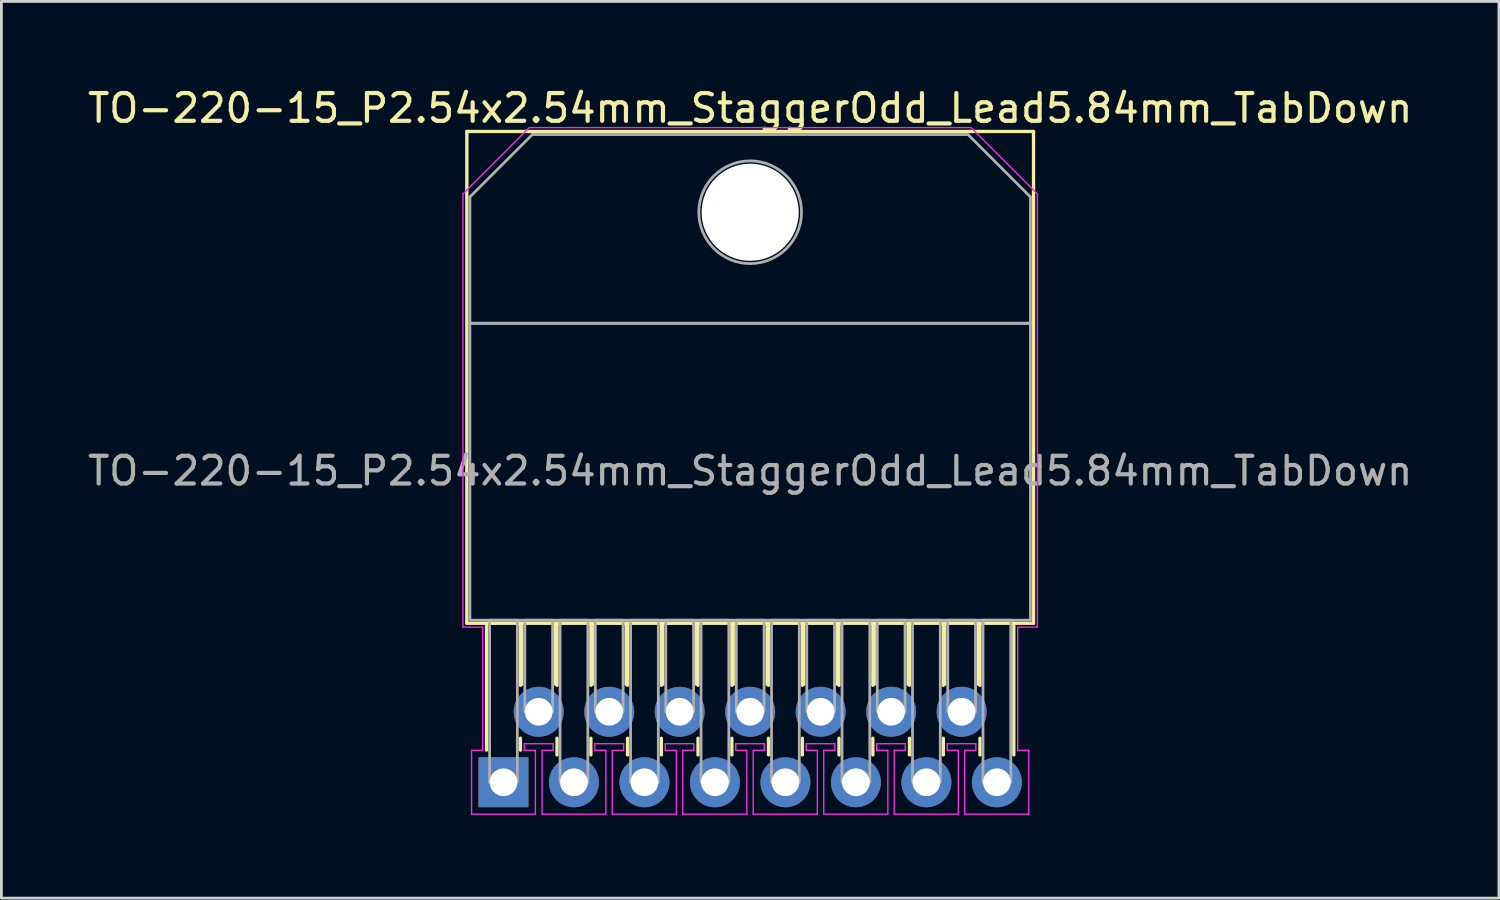
<source format=kicad_pcb>
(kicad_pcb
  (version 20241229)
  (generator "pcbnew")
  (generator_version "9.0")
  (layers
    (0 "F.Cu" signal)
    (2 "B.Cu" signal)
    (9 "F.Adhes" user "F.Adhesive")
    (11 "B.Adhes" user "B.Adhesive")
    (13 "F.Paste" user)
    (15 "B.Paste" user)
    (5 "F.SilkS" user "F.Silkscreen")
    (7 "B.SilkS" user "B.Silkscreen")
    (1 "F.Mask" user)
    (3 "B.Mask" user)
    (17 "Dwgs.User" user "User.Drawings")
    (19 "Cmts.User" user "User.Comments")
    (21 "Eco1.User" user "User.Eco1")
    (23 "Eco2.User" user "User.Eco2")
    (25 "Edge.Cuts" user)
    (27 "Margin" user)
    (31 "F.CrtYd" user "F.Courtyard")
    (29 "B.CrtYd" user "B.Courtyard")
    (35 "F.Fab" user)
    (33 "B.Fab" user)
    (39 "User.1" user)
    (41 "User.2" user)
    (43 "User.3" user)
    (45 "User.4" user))
  (footprint "TO-220-15_P2.54x2.54mm_StaggerOdd_Lead5.84mm_TabDown"
    (layer "F.Cu")
    (at 15.092 25.138)
    (property "Reference" "TO-220-15_P2.54x2.54mm_StaggerOdd_Lead5.84mm_TabDown" (at 8.89 -24.29 0) (layer "F.SilkS") (effects (font (size 1 1) (thickness 0.15))))
    (attr through_hole)
    (fp_line (start -1.32 -23.45) (end 19.1 -23.45) (stroke (width 0.12) (type solid)) (layer "F.SilkS"))
    (fp_line (start -1.32 -5.73) (end -1.32 -23.45) (stroke (width 0.12) (type solid)) (layer "F.SilkS"))
    (fp_line (start -1.32 -5.73) (end 19.1 -5.73) (stroke (width 0.12) (type solid)) (layer "F.SilkS"))
    (fp_line (start -0.61 -5.73) (end -0.61 -1.16) (stroke (width 0.12) (type solid)) (layer "F.SilkS"))
    (fp_line (start 0.61 -5.73) (end 0.61 -3.494) (stroke (width 0.12) (type solid)) (layer "F.SilkS"))
    (fp_line (start 0.61 -1.586) (end 0.61 -1.16) (stroke (width 0.12) (type solid)) (layer "F.SilkS"))
    (fp_line (start 0.66 -5.73) (end 0.66 -3.527) (stroke (width 0.12) (type solid)) (layer "F.SilkS"))
    (fp_line (start 1.88 -5.73) (end 1.88 -3.527) (stroke (width 0.12) (type solid)) (layer "F.SilkS"))
    (fp_line (start 1.93 -5.73) (end 1.93 -3.494) (stroke (width 0.12) (type solid)) (layer "F.SilkS"))
    (fp_line (start 1.93 -1.586) (end 1.93 -0.987) (stroke (width 0.12) (type solid)) (layer "F.SilkS"))
    (fp_line (start 3.15 -5.73) (end 3.15 -3.494) (stroke (width 0.12) (type solid)) (layer "F.SilkS"))
    (fp_line (start 3.15 -1.586) (end 3.15 -0.987) (stroke (width 0.12) (type solid)) (layer "F.SilkS"))
    (fp_line (start 3.2 -5.73) (end 3.2 -3.527) (stroke (width 0.12) (type solid)) (layer "F.SilkS"))
    (fp_line (start 4.42 -5.73) (end 4.42 -3.527) (stroke (width 0.12) (type solid)) (layer "F.SilkS"))
    (fp_line (start 4.47 -5.73) (end 4.47 -3.494) (stroke (width 0.12) (type solid)) (layer "F.SilkS"))
    (fp_line (start 4.47 -1.586) (end 4.47 -0.987) (stroke (width 0.12) (type solid)) (layer "F.SilkS"))
    (fp_line (start 5.69 -5.73) (end 5.69 -3.494) (stroke (width 0.12) (type solid)) (layer "F.SilkS"))
    (fp_line (start 5.69 -1.586) (end 5.69 -0.987) (stroke (width 0.12) (type solid)) (layer "F.SilkS"))
    (fp_line (start 5.74 -5.73) (end 5.74 -3.527) (stroke (width 0.12) (type solid)) (layer "F.SilkS"))
    (fp_line (start 6.96 -5.73) (end 6.96 -3.527) (stroke (width 0.12) (type solid)) (layer "F.SilkS"))
    (fp_line (start 7.01 -5.73) (end 7.01 -3.494) (stroke (width 0.12) (type solid)) (layer "F.SilkS"))
    (fp_line (start 7.01 -1.586) (end 7.01 -0.987) (stroke (width 0.12) (type solid)) (layer "F.SilkS"))
    (fp_line (start 8.23 -5.73) (end 8.23 -3.494) (stroke (width 0.12) (type solid)) (layer "F.SilkS"))
    (fp_line (start 8.23 -1.586) (end 8.23 -0.987) (stroke (width 0.12) (type solid)) (layer "F.SilkS"))
    (fp_line (start 8.28 -5.73) (end 8.28 -3.527) (stroke (width 0.12) (type solid)) (layer "F.SilkS"))
    (fp_line (start 9.5 -5.73) (end 9.5 -3.527) (stroke (width 0.12) (type solid)) (layer "F.SilkS"))
    (fp_line (start 9.55 -5.73) (end 9.55 -3.494) (stroke (width 0.12) (type solid)) (layer "F.SilkS"))
    (fp_line (start 9.55 -1.586) (end 9.55 -0.987) (stroke (width 0.12) (type solid)) (layer "F.SilkS"))
    (fp_line (start 10.77 -5.73) (end 10.77 -3.494) (stroke (width 0.12) (type solid)) (layer "F.SilkS"))
    (fp_line (start 10.77 -1.586) (end 10.77 -0.987) (stroke (width 0.12) (type solid)) (layer "F.SilkS"))
    (fp_line (start 10.82 -5.73) (end 10.82 -3.527) (stroke (width 0.12) (type solid)) (layer "F.SilkS"))
    (fp_line (start 12.04 -5.73) (end 12.04 -3.527) (stroke (width 0.12) (type solid)) (layer "F.SilkS"))
    (fp_line (start 12.09 -5.73) (end 12.09 -3.494) (stroke (width 0.12) (type solid)) (layer "F.SilkS"))
    (fp_line (start 12.09 -1.586) (end 12.09 -0.987) (stroke (width 0.12) (type solid)) (layer "F.SilkS"))
    (fp_line (start 13.31 -5.73) (end 13.31 -3.494) (stroke (width 0.12) (type solid)) (layer "F.SilkS"))
    (fp_line (start 13.31 -1.586) (end 13.31 -0.987) (stroke (width 0.12) (type solid)) (layer "F.SilkS"))
    (fp_line (start 13.36 -5.73) (end 13.36 -3.527) (stroke (width 0.12) (type solid)) (layer "F.SilkS"))
    (fp_line (start 14.58 -5.73) (end 14.58 -3.527) (stroke (width 0.12) (type solid)) (layer "F.SilkS"))
    (fp_line (start 14.63 -5.73) (end 14.63 -3.494) (stroke (width 0.12) (type solid)) (layer "F.SilkS"))
    (fp_line (start 14.63 -1.586) (end 14.63 -0.987) (stroke (width 0.12) (type solid)) (layer "F.SilkS"))
    (fp_line (start 15.85 -5.73) (end 15.85 -3.494) (stroke (width 0.12) (type solid)) (layer "F.SilkS"))
    (fp_line (start 15.85 -1.586) (end 15.85 -0.987) (stroke (width 0.12) (type solid)) (layer "F.SilkS"))
    (fp_line (start 15.9 -5.73) (end 15.9 -3.527) (stroke (width 0.12) (type solid)) (layer "F.SilkS"))
    (fp_line (start 17.12 -5.73) (end 17.12 -3.527) (stroke (width 0.12) (type solid)) (layer "F.SilkS"))
    (fp_line (start 17.17 -5.73) (end 17.17 -3.494) (stroke (width 0.12) (type solid)) (layer "F.SilkS"))
    (fp_line (start 17.17 -1.586) (end 17.17 -0.987) (stroke (width 0.12) (type solid)) (layer "F.SilkS"))
    (fp_line (start 18.39 -5.73) (end 18.39 -0.987) (stroke (width 0.12) (type solid)) (layer "F.SilkS"))
    (fp_line (start 19.1 -5.73) (end 19.1 -23.45) (stroke (width 0.12) (type solid)) (layer "F.SilkS"))
    (fp_line (start -1.46 -21.2) (end 0.93 -23.59) (stroke (width 0.05) (type solid)) (layer "F.CrtYd"))
    (fp_line (start -1.46 -5.59) (end -1.46 -21.2) (stroke (width 0.05) (type solid)) (layer "F.CrtYd"))
    (fp_line (start -1.15 -1.15) (end -0.75 -1.15) (stroke (width 0.05) (type solid)) (layer "F.CrtYd"))
    (fp_line (start -1.15 1.15) (end -1.15 -1.15) (stroke (width 0.05) (type solid)) (layer "F.CrtYd"))
    (fp_line (start -0.75 -5.59) (end -1.46 -5.59) (stroke (width 0.05) (type solid)) (layer "F.CrtYd"))
    (fp_line (start -0.75 -1.15) (end -0.75 -5.59) (stroke (width 0.05) (type solid)) (layer "F.CrtYd"))
    (fp_line (start 0.75 -1.39) (end 0.75 -1.15) (stroke (width 0.05) (type solid)) (layer "F.CrtYd"))
    (fp_line (start 0.75 -1.15) (end 1.15 -1.15) (stroke (width 0.05) (type solid)) (layer "F.CrtYd"))
    (fp_line (start 0.93 -23.59) (end 16.85 -23.59) (stroke (width 0.05) (type solid)) (layer "F.CrtYd"))
    (fp_line (start 1.15 -1.15) (end 1.15 1.15) (stroke (width 0.05) (type solid)) (layer "F.CrtYd"))
    (fp_line (start 1.15 1.15) (end -1.15 1.15) (stroke (width 0.05) (type solid)) (layer "F.CrtYd"))
    (fp_line (start 1.39 -1.15) (end 1.79 -1.15) (stroke (width 0.05) (type solid)) (layer "F.CrtYd"))
    (fp_line (start 1.39 1.15) (end 1.39 -1.15) (stroke (width 0.05) (type solid)) (layer "F.CrtYd"))
    (fp_line (start 1.79 -1.39) (end 0.75 -1.39) (stroke (width 0.05) (type solid)) (layer "F.CrtYd"))
    (fp_line (start 1.79 -1.15) (end 1.79 -1.39) (stroke (width 0.05) (type solid)) (layer "F.CrtYd"))
    (fp_line (start 3.29 -1.39) (end 3.29 -1.15) (stroke (width 0.05) (type solid)) (layer "F.CrtYd"))
    (fp_line (start 3.29 -1.15) (end 3.69 -1.15) (stroke (width 0.05) (type solid)) (layer "F.CrtYd"))
    (fp_line (start 3.69 -1.15) (end 3.69 1.15) (stroke (width 0.05) (type solid)) (layer "F.CrtYd"))
    (fp_line (start 3.69 1.15) (end 1.39 1.15) (stroke (width 0.05) (type solid)) (layer "F.CrtYd"))
    (fp_line (start 3.92 -1.15) (end 4.33 -1.15) (stroke (width 0.05) (type solid)) (layer "F.CrtYd"))
    (fp_line (start 3.92 1.15) (end 3.92 -1.15) (stroke (width 0.05) (type solid)) (layer "F.CrtYd"))
    (fp_line (start 4.33 -1.39) (end 3.29 -1.39) (stroke (width 0.05) (type solid)) (layer "F.CrtYd"))
    (fp_line (start 4.33 -1.15) (end 4.33 -1.39) (stroke (width 0.05) (type solid)) (layer "F.CrtYd"))
    (fp_line (start 5.83 -1.39) (end 5.83 -1.15) (stroke (width 0.05) (type solid)) (layer "F.CrtYd"))
    (fp_line (start 5.83 -1.15) (end 6.23 -1.15) (stroke (width 0.05) (type solid)) (layer "F.CrtYd"))
    (fp_line (start 6.23 -1.15) (end 6.23 1.15) (stroke (width 0.05) (type solid)) (layer "F.CrtYd"))
    (fp_line (start 6.23 1.15) (end 3.92 1.15) (stroke (width 0.05) (type solid)) (layer "F.CrtYd"))
    (fp_line (start 6.46 -1.15) (end 6.86 -1.15) (stroke (width 0.05) (type solid)) (layer "F.CrtYd"))
    (fp_line (start 6.46 1.15) (end 6.46 -1.15) (stroke (width 0.05) (type solid)) (layer "F.CrtYd"))
    (fp_line (start 6.86 -1.39) (end 5.83 -1.39) (stroke (width 0.05) (type solid)) (layer "F.CrtYd"))
    (fp_line (start 6.86 -1.15) (end 6.86 -1.39) (stroke (width 0.05) (type solid)) (layer "F.CrtYd"))
    (fp_line (start 8.37 -1.39) (end 8.37 -1.15) (stroke (width 0.05) (type solid)) (layer "F.CrtYd"))
    (fp_line (start 8.37 -1.15) (end 8.77 -1.15) (stroke (width 0.05) (type solid)) (layer "F.CrtYd"))
    (fp_line (start 8.77 -1.15) (end 8.77 1.15) (stroke (width 0.05) (type solid)) (layer "F.CrtYd"))
    (fp_line (start 8.77 1.15) (end 6.46 1.15) (stroke (width 0.05) (type solid)) (layer "F.CrtYd"))
    (fp_line (start 9 -1.15) (end 9.4 -1.15) (stroke (width 0.05) (type solid)) (layer "F.CrtYd"))
    (fp_line (start 9 1.15) (end 9 -1.15) (stroke (width 0.05) (type solid)) (layer "F.CrtYd"))
    (fp_line (start 9.4 -1.39) (end 8.37 -1.39) (stroke (width 0.05) (type solid)) (layer "F.CrtYd"))
    (fp_line (start 9.4 -1.15) (end 9.4 -1.39) (stroke (width 0.05) (type solid)) (layer "F.CrtYd"))
    (fp_line (start 10.91 -1.39) (end 10.91 -1.15) (stroke (width 0.05) (type solid)) (layer "F.CrtYd"))
    (fp_line (start 10.91 -1.15) (end 11.31 -1.15) (stroke (width 0.05) (type solid)) (layer "F.CrtYd"))
    (fp_line (start 11.31 -1.15) (end 11.31 1.15) (stroke (width 0.05) (type solid)) (layer "F.CrtYd"))
    (fp_line (start 11.31 1.15) (end 9 1.15) (stroke (width 0.05) (type solid)) (layer "F.CrtYd"))
    (fp_line (start 11.54 -1.15) (end 11.94 -1.15) (stroke (width 0.05) (type solid)) (layer "F.CrtYd"))
    (fp_line (start 11.54 1.15) (end 11.54 -1.15) (stroke (width 0.05) (type solid)) (layer "F.CrtYd"))
    (fp_line (start 11.94 -1.39) (end 10.91 -1.39) (stroke (width 0.05) (type solid)) (layer "F.CrtYd"))
    (fp_line (start 11.94 -1.15) (end 11.94 -1.39) (stroke (width 0.05) (type solid)) (layer "F.CrtYd"))
    (fp_line (start 13.45 -1.39) (end 13.45 -1.15) (stroke (width 0.05) (type solid)) (layer "F.CrtYd"))
    (fp_line (start 13.45 -1.15) (end 13.85 -1.15) (stroke (width 0.05) (type solid)) (layer "F.CrtYd"))
    (fp_line (start 13.85 -1.15) (end 13.85 1.15) (stroke (width 0.05) (type solid)) (layer "F.CrtYd"))
    (fp_line (start 13.85 1.15) (end 11.54 1.15) (stroke (width 0.05) (type solid)) (layer "F.CrtYd"))
    (fp_line (start 14.08 -1.15) (end 14.48 -1.15) (stroke (width 0.05) (type solid)) (layer "F.CrtYd"))
    (fp_line (start 14.08 1.15) (end 14.08 -1.15) (stroke (width 0.05) (type solid)) (layer "F.CrtYd"))
    (fp_line (start 14.48 -1.39) (end 13.45 -1.39) (stroke (width 0.05) (type solid)) (layer "F.CrtYd"))
    (fp_line (start 14.48 -1.15) (end 14.48 -1.39) (stroke (width 0.05) (type solid)) (layer "F.CrtYd"))
    (fp_line (start 15.99 -1.39) (end 15.99 -1.15) (stroke (width 0.05) (type solid)) (layer "F.CrtYd"))
    (fp_line (start 15.99 -1.15) (end 16.39 -1.15) (stroke (width 0.05) (type solid)) (layer "F.CrtYd"))
    (fp_line (start 16.39 -1.15) (end 16.39 1.15) (stroke (width 0.05) (type solid)) (layer "F.CrtYd"))
    (fp_line (start 16.39 1.15) (end 14.08 1.15) (stroke (width 0.05) (type solid)) (layer "F.CrtYd"))
    (fp_line (start 16.62 -1.15) (end 17.02 -1.15) (stroke (width 0.05) (type solid)) (layer "F.CrtYd"))
    (fp_line (start 16.62 1.15) (end 16.62 -1.15) (stroke (width 0.05) (type solid)) (layer "F.CrtYd"))
    (fp_line (start 16.85 -23.59) (end 19.24 -21.2) (stroke (width 0.05) (type solid)) (layer "F.CrtYd"))
    (fp_line (start 17.02 -1.39) (end 15.99 -1.39) (stroke (width 0.05) (type solid)) (layer "F.CrtYd"))
    (fp_line (start 17.02 -1.15) (end 17.02 -1.39) (stroke (width 0.05) (type solid)) (layer "F.CrtYd"))
    (fp_line (start 18.53 -5.59) (end 18.53 -1.15) (stroke (width 0.05) (type solid)) (layer "F.CrtYd"))
    (fp_line (start 18.53 -1.15) (end 18.93 -1.15) (stroke (width 0.05) (type solid)) (layer "F.CrtYd"))
    (fp_line (start 18.93 -1.15) (end 18.93 1.15) (stroke (width 0.05) (type solid)) (layer "F.CrtYd"))
    (fp_line (start 18.93 1.15) (end 16.62 1.15) (stroke (width 0.05) (type solid)) (layer "F.CrtYd"))
    (fp_line (start 19.24 -21.2) (end 19.24 -5.59) (stroke (width 0.05) (type solid)) (layer "F.CrtYd"))
    (fp_line (start 19.24 -5.59) (end 18.53 -5.59) (stroke (width 0.05) (type solid)) (layer "F.CrtYd"))
    (fp_line (start -1.21 -21.09) (end 1.04 -23.34) (stroke (width 0.1) (type solid)) (layer "F.Fab"))
    (fp_line (start -1.21 -16.54) (end -1.21 -21.09) (stroke (width 0.1) (type solid)) (layer "F.Fab"))
    (fp_line (start 1.04 -23.34) (end 16.74 -23.34) (stroke (width 0.1) (type solid)) (layer "F.Fab"))
    (fp_line (start 16.74 -23.34) (end 18.99 -21.09) (stroke (width 0.1) (type solid)) (layer "F.Fab"))
    (fp_line (start 18.99 -21.09) (end 18.99 -16.54) (stroke (width 0.1) (type solid)) (layer "F.Fab"))
    (fp_line (start 18.99 -16.54) (end -1.21 -16.54) (stroke (width 0.1) (type solid)) (layer "F.Fab"))
    (fp_rect (start -1.21 -5.84) (end 18.99 -16.54) (stroke (width 0.1) (type solid)) (fill no) (layer "F.Fab"))
    (fp_rect (start -0.5 -5.84) (end 0.5 0) (stroke (width 0.1) (type solid)) (fill no) (layer "F.Fab"))
    (fp_rect (start 0.77 -5.84) (end 1.77 -2.54) (stroke (width 0.1) (type solid)) (fill no) (layer "F.Fab"))
    (fp_rect (start 2.04 -5.84) (end 3.04 0) (stroke (width 0.1) (type solid)) (fill no) (layer "F.Fab"))
    (fp_rect (start 3.31 -5.84) (end 4.31 -2.54) (stroke (width 0.1) (type solid)) (fill no) (layer "F.Fab"))
    (fp_rect (start 4.58 -5.84) (end 5.58 0) (stroke (width 0.1) (type solid)) (fill no) (layer "F.Fab"))
    (fp_rect (start 5.85 -5.84) (end 6.85 -2.54) (stroke (width 0.1) (type solid)) (fill no) (layer "F.Fab"))
    (fp_rect (start 7.12 -5.84) (end 8.12 0) (stroke (width 0.1) (type solid)) (fill no) (layer "F.Fab"))
    (fp_rect (start 8.39 -5.84) (end 9.39 -2.54) (stroke (width 0.1) (type solid)) (fill no) (layer "F.Fab"))
    (fp_rect (start 9.66 -5.84) (end 10.66 0) (stroke (width 0.1) (type solid)) (fill no) (layer "F.Fab"))
    (fp_rect (start 10.93 -5.84) (end 11.93 -2.54) (stroke (width 0.1) (type solid)) (fill no) (layer "F.Fab"))
    (fp_rect (start 12.2 -5.84) (end 13.2 0) (stroke (width 0.1) (type solid)) (fill no) (layer "F.Fab"))
    (fp_rect (start 13.47 -5.84) (end 14.47 -2.54) (stroke (width 0.1) (type solid)) (fill no) (layer "F.Fab"))
    (fp_rect (start 14.74 -5.84) (end 15.74 0) (stroke (width 0.1) (type solid)) (fill no) (layer "F.Fab"))
    (fp_rect (start 16.01 -5.84) (end 17.01 -2.54) (stroke (width 0.1) (type solid)) (fill no) (layer "F.Fab"))
    (fp_rect (start 17.28 -5.84) (end 18.28 0) (stroke (width 0.1) (type solid)) (fill no) (layer "F.Fab"))
    (fp_circle (center 8.89 -20.54) (end 10.74 -20.54) (stroke (width 0.1) (type solid)) (fill no) (layer "F.Fab"))
    (fp_text user "${REFERENCE}" (at 8.89 -11.22 0) (layer "F.Fab") (effects (font (size 1 1) (thickness 0.15))))
    (pad "" np_thru_hole circle (at 8.89 -20.54) (size 3.5 3.5) (drill 3.5) (layers "*.Cu" "*.Mask"))
    (pad "1" thru_hole rect (at 0 0) (size 1.8 1.8) (drill 1) (layers "*.Cu" "*.Mask"))
    (pad "2" thru_hole circle (at 1.27 -2.54) (size 1.8 1.8) (drill 1) (layers "*.Cu" "*.Mask"))
    (pad "3" thru_hole circle (at 2.54 0) (size 1.8 1.8) (drill 1) (layers "*.Cu" "*.Mask"))
    (pad "4" thru_hole circle (at 3.81 -2.54) (size 1.8 1.8) (drill 1) (layers "*.Cu" "*.Mask"))
    (pad "5" thru_hole circle (at 5.08 0) (size 1.8 1.8) (drill 1) (layers "*.Cu" "*.Mask"))
    (pad "6" thru_hole circle (at 6.35 -2.54) (size 1.8 1.8) (drill 1) (layers "*.Cu" "*.Mask"))
    (pad "7" thru_hole circle (at 7.62 0) (size 1.8 1.8) (drill 1) (layers "*.Cu" "*.Mask"))
    (pad "8" thru_hole circle (at 8.89 -2.54) (size 1.8 1.8) (drill 1) (layers "*.Cu" "*.Mask"))
    (pad "9" thru_hole circle (at 10.16 0) (size 1.8 1.8) (drill 1) (layers "*.Cu" "*.Mask"))
    (pad "10" thru_hole circle (at 11.43 -2.54) (size 1.8 1.8) (drill 1) (layers "*.Cu" "*.Mask"))
    (pad "11" thru_hole circle (at 12.7 0) (size 1.8 1.8) (drill 1) (layers "*.Cu" "*.Mask"))
    (pad "12" thru_hole circle (at 13.97 -2.54) (size 1.8 1.8) (drill 1) (layers "*.Cu" "*.Mask"))
    (pad "13" thru_hole circle (at 15.24 0) (size 1.8 1.8) (drill 1) (layers "*.Cu" "*.Mask"))
    (pad "14" thru_hole circle (at 16.51 -2.54) (size 1.8 1.8) (drill 1) (layers "*.Cu" "*.Mask"))
    (pad "15" thru_hole circle (at 17.78 0) (size 1.8 1.8) (drill 1) (layers "*.Cu" "*.Mask")))
  (gr_rect
    (start -3 -3)
    (end 50.964 29.313)
    (stroke (width 0.1) (type default))
    (fill no)
    (layer "Edge.Cuts")))
</source>
